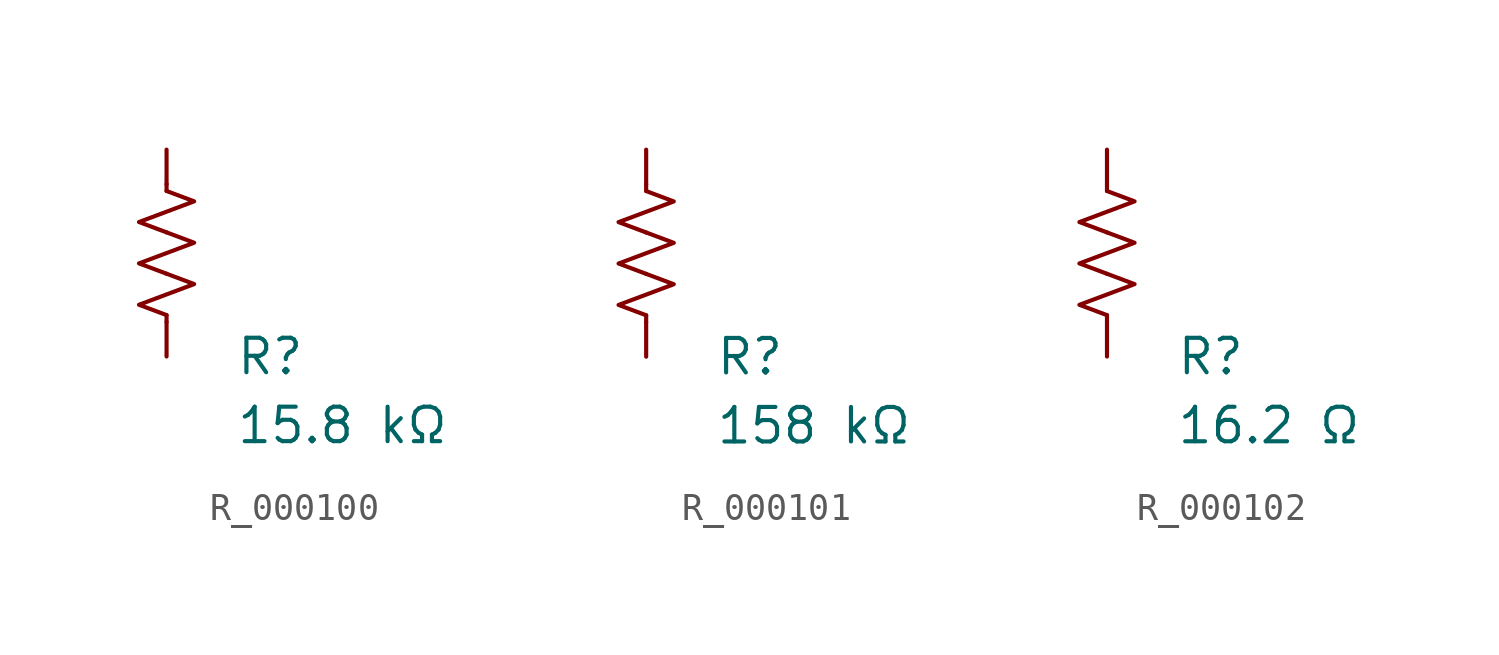
<source format=kicad_sym>
(kicad_symbol_lib
  (version 20231120)
  (generator "kicad_symbol_editor")
  (generator_version "8.0")
  (symbol "R_000100"
    (pin_numbers hide)
    (pin_names
      (offset 0))
    (property "Reference" "R"
      (at 2.54 -3.81 0)
      (effects (font (size 1.27 1.27)) (justify left))
      (show_name no))
    (property "Value" "15.8 kΩ"
      (at 2.54 -6.35 0)
      (effects (font (size 1.27 1.27)) (justify left))
      (show_name no))
    (symbol "R_000100_0_1"
      (polyline (pts (xy 0 -2.286) (xy 0 -2.54)) (stroke (width 0) (type default)) (fill (type none)))
      (polyline (pts (xy 0 2.286) (xy 0 2.54)) (stroke (width 0) (type default)) (fill (type none)))
      (polyline (pts (xy 0 -0.762) (xy 1.016 -1.143) (xy 0 -1.524) (xy -1.016 -1.905) (xy 0 -2.286)) (stroke (width 0) (type default)) (fill (type none)))
      (polyline (pts (xy 0 0.762) (xy 1.016 0.381) (xy 0 0) (xy -1.016 -0.381) (xy 0 -0.762)) (stroke (width 0) (type default)) (fill (type none)))
      (polyline (pts (xy 0 2.286) (xy 1.016 1.905) (xy 0 1.524) (xy -1.016 1.143) (xy 0 0.762)) (stroke (width 0) (type default)) (fill (type none))))
    (symbol "R_000100_1_1"
      (pin passive line (at 0 3.81 270) (length 1.27) (name "~" (effects (font (size 1.27 1.27)))) (number "1" (effects (font (size 1.27 1.27)))))
      (pin passive line (at 0 -3.81 90) (length 1.27) (name "~" (effects (font (size 1.27 1.27)))) (number "2" (effects (font (size 1.27 1.27)))))))
  (symbol "R_000101"
    (pin_numbers hide)
    (pin_names
      (offset 0))
    (property "Reference" "R"
      (at 2.54 -3.81 0)
      (effects (font (size 1.27 1.27)) (justify left))
      (show_name no))
    (property "Value" "158 kΩ"
      (at 2.54 -6.35 0)
      (effects (font (size 1.27 1.27)) (justify left))
      (show_name no))
    (symbol "R_000101_0_1"
      (polyline (pts (xy 0 -2.286) (xy 0 -2.54)) (stroke (width 0) (type default)) (fill (type none)))
      (polyline (pts (xy 0 2.286) (xy 0 2.54)) (stroke (width 0) (type default)) (fill (type none)))
      (polyline (pts (xy 0 -0.762) (xy 1.016 -1.143) (xy 0 -1.524) (xy -1.016 -1.905) (xy 0 -2.286)) (stroke (width 0) (type default)) (fill (type none)))
      (polyline (pts (xy 0 0.762) (xy 1.016 0.381) (xy 0 0) (xy -1.016 -0.381) (xy 0 -0.762)) (stroke (width 0) (type default)) (fill (type none)))
      (polyline (pts (xy 0 2.286) (xy 1.016 1.905) (xy 0 1.524) (xy -1.016 1.143) (xy 0 0.762)) (stroke (width 0) (type default)) (fill (type none))))
    (symbol "R_000101_1_1"
      (pin passive line (at 0 3.81 270) (length 1.27) (name "~" (effects (font (size 1.27 1.27)))) (number "1" (effects (font (size 1.27 1.27)))))
      (pin passive line (at 0 -3.81 90) (length 1.27) (name "~" (effects (font (size 1.27 1.27)))) (number "2" (effects (font (size 1.27 1.27)))))))
  (symbol "R_000102"
    (pin_numbers hide)
    (pin_names
      (offset 0))
    (property "Reference" "R"
      (at 2.54 -3.81 0)
      (effects (font (size 1.27 1.27)) (justify left))
      (show_name no))
    (property "Value" "16.2 Ω"
      (at 2.54 -6.35 0)
      (effects (font (size 1.27 1.27)) (justify left))
      (show_name no))
    (symbol "R_000102_0_1"
      (polyline (pts (xy 0 -2.286) (xy 0 -2.54)) (stroke (width 0) (type default)) (fill (type none)))
      (polyline (pts (xy 0 2.286) (xy 0 2.54)) (stroke (width 0) (type default)) (fill (type none)))
      (polyline (pts (xy 0 -0.762) (xy 1.016 -1.143) (xy 0 -1.524) (xy -1.016 -1.905) (xy 0 -2.286)) (stroke (width 0) (type default)) (fill (type none)))
      (polyline (pts (xy 0 0.762) (xy 1.016 0.381) (xy 0 0) (xy -1.016 -0.381) (xy 0 -0.762)) (stroke (width 0) (type default)) (fill (type none)))
      (polyline (pts (xy 0 2.286) (xy 1.016 1.905) (xy 0 1.524) (xy -1.016 1.143) (xy 0 0.762)) (stroke (width 0) (type default)) (fill (type none))))
    (symbol "R_000102_1_1"
      (pin passive line (at 0 3.81 270) (length 1.27) (name "~" (effects (font (size 1.27 1.27)))) (number "1" (effects (font (size 1.27 1.27)))))
      (pin passive line (at 0 -3.81 90) (length 1.27) (name "~" (effects (font (size 1.27 1.27)))) (number "2" (effects (font (size 1.27 1.27))))))))
</source>
